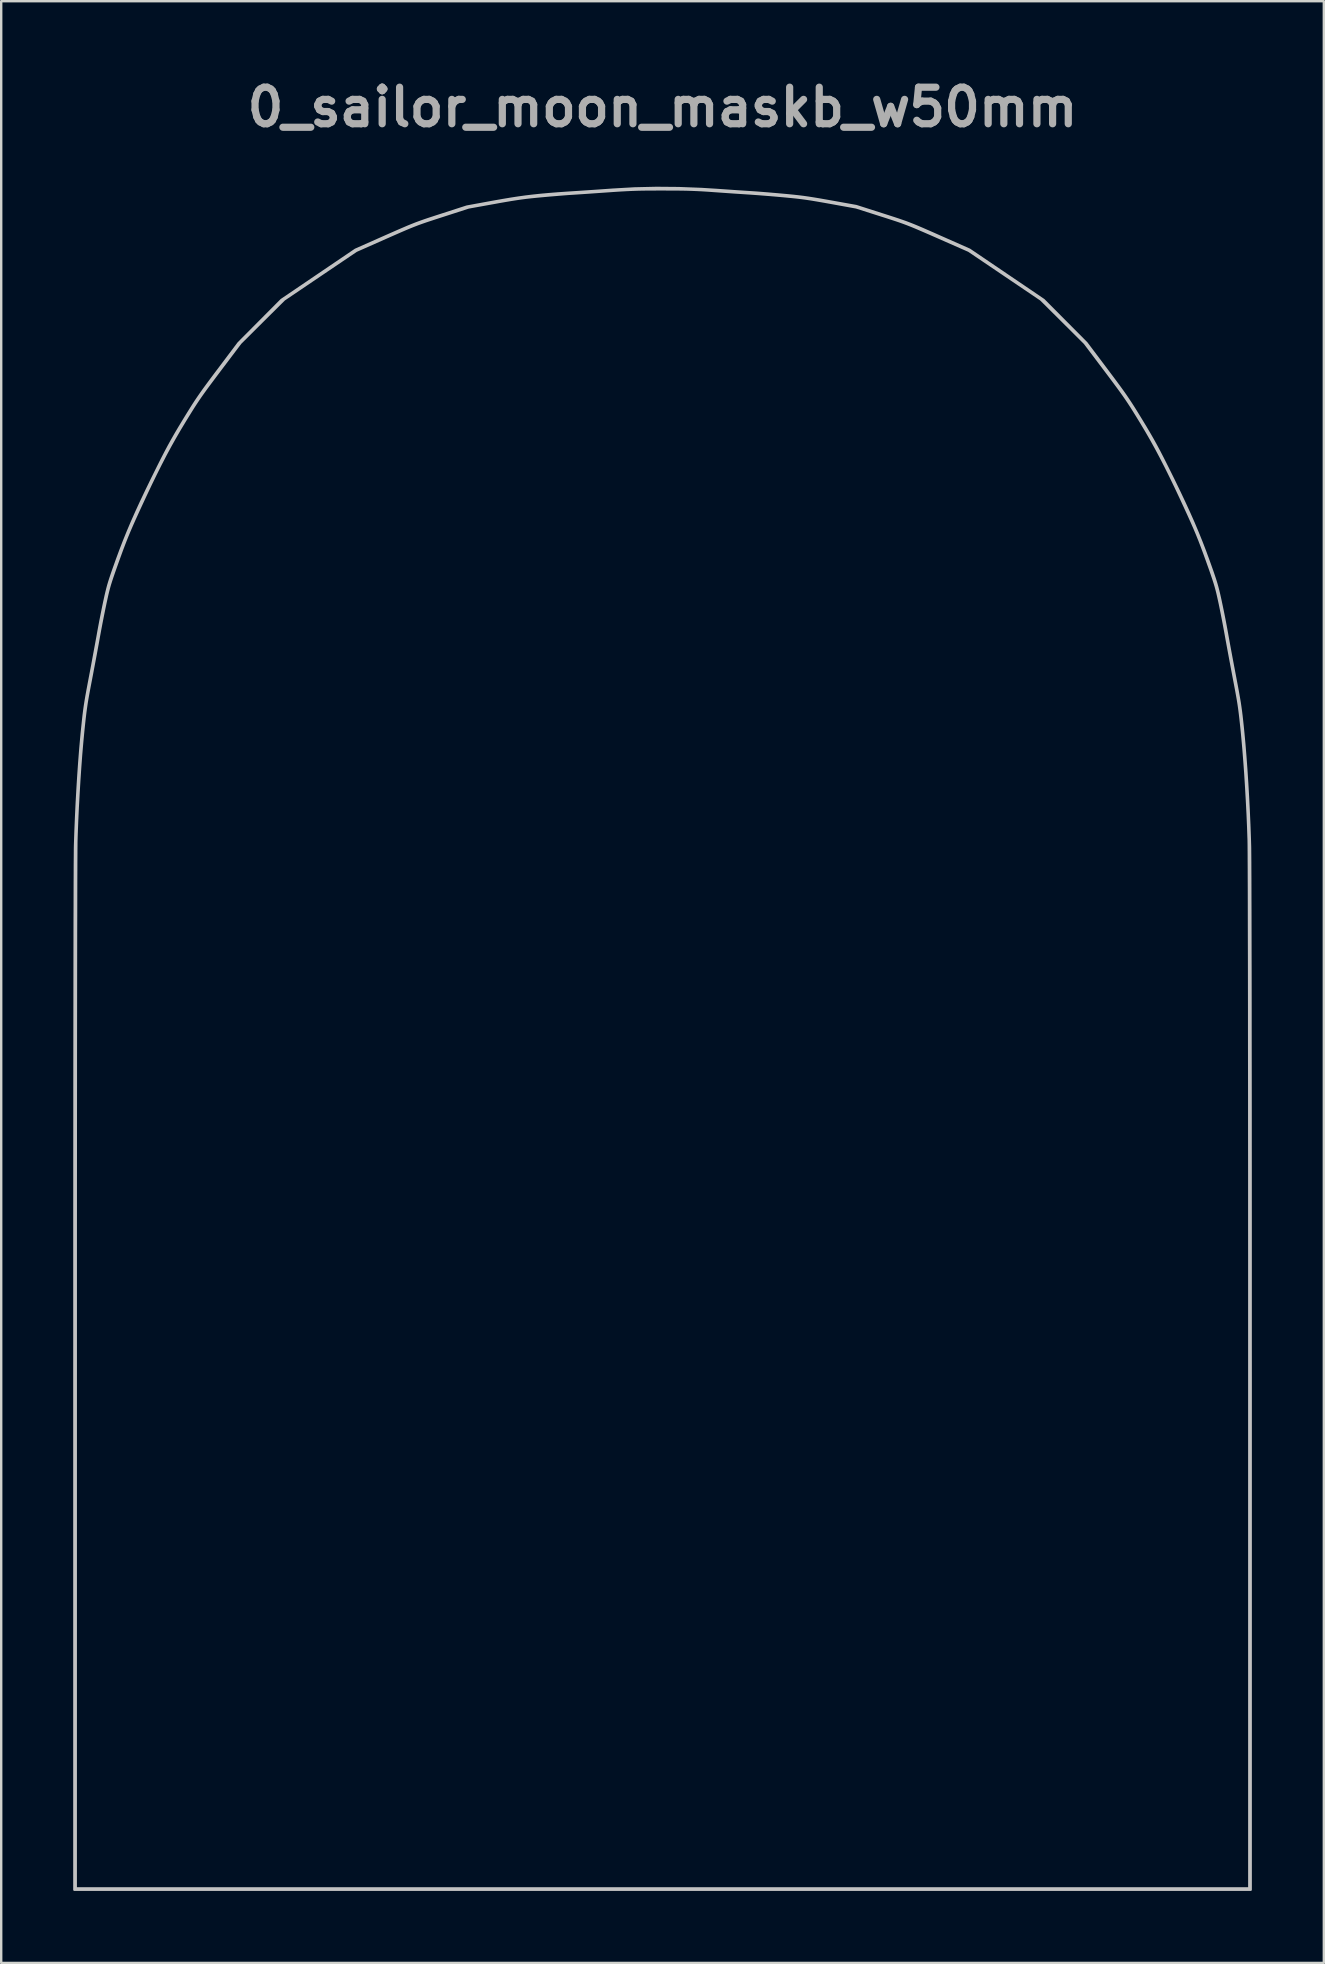
<source format=kicad_pcb>
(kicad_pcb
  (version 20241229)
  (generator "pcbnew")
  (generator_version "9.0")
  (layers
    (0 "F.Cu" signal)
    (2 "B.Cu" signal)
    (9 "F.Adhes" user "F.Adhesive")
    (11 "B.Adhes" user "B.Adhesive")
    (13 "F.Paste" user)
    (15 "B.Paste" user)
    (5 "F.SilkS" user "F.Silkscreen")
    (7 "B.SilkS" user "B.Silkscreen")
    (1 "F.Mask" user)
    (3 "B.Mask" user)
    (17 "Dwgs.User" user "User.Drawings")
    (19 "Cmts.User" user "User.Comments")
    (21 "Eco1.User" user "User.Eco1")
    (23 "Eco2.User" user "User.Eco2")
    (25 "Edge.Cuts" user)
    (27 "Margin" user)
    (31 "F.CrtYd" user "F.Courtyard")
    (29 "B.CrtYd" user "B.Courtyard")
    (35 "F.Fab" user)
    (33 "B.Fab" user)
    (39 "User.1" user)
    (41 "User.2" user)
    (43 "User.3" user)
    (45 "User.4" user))
  (footprint "0_sailor_moon_maskb_w50mm"
    (layer "F.Cu")
    (at 24.561 40.218)
    (property "Reference" "0_sailor_moon_maskb_w50mm" (at 0 -38.8 0) (layer "F.Fab") (effects (font (size 1.524 1.524) (thickness 0.3))))
    (attr board_only exclude_from_pos_files exclude_from_bom)
    (fp_poly (pts (xy -0.019 -30.203) (xy 0.159 -30.198) (xy 0.33 -30.191) (xy 0.504 -30.182) (xy 0.693 -30.169) (xy 0.889 -30.154) (xy 1.576 -30.095) (xy 2.23 -30.029) (xy 2.848 -29.955) (xy 3.426 -29.874) (xy 3.958 -29.788) (xy 4.442 -29.696) (xy 4.706 -29.639) (xy 5.236 -29.508) (xy 5.803 -29.352) (xy 6.398 -29.174) (xy 7.009 -28.977) (xy 7.628 -28.764) (xy 8.245 -28.54) (xy 8.848 -28.307) (xy 9.429 -28.069) (xy 9.977 -27.83) (xy 10.296 -27.683) (xy 11.09 -27.285) (xy 11.881 -26.843) (xy 12.661 -26.364) (xy 13.426 -25.851) (xy 14.166 -25.311) (xy 14.875 -24.747) (xy 15.548 -24.164) (xy 16.175 -23.569) (xy 16.507 -23.229) (xy 16.884 -22.827) (xy 17.225 -22.455) (xy 17.534 -22.108) (xy 17.817 -21.778) (xy 18.079 -21.459) (xy 18.327 -21.145) (xy 18.564 -20.83) (xy 18.627 -20.745) (xy 19.043 -20.149) (xy 19.457 -19.506) (xy 19.864 -18.826) (xy 20.259 -18.119) (xy 20.637 -17.393) (xy 20.993 -16.658) (xy 21.323 -15.923) (xy 21.621 -15.197) (xy 21.848 -14.59) (xy 22.018 -14.084) (xy 22.181 -13.551) (xy 22.335 -12.999) (xy 22.478 -12.438) (xy 22.607 -11.876) (xy 22.722 -11.321) (xy 22.819 -10.784) (xy 22.897 -10.272) (xy 22.954 -9.796) (xy 22.98 -9.49) (xy 23.004 -9.056) (xy 23.02 -8.58) (xy 23.028 -8.077) (xy 23.028 -7.559) (xy 23.02 -7.039) (xy 23.005 -6.53) (xy 22.982 -6.046) (xy 22.952 -5.599) (xy 22.94 -5.461) (xy 22.89 -4.915) (xy 22.839 -4.417) (xy 22.787 -3.959) (xy 22.732 -3.533) (xy 22.672 -3.131) (xy 22.607 -2.746) (xy 22.535 -2.369) (xy 22.455 -1.993) (xy 22.365 -1.61) (xy 22.264 -1.211) (xy 22.15 -0.79) (xy 22.064 -0.486) (xy 21.966 -0.143) (xy 21.879 0.154) (xy 21.8 0.415) (xy 21.727 0.648) (xy 21.656 0.861) (xy 21.585 1.062) (xy 21.512 1.261) (xy 21.432 1.466) (xy 21.344 1.684) (xy 21.332 1.714) (xy 21.097 2.276) (xy 20.868 2.795) (xy 20.64 3.282) (xy 20.408 3.747) (xy 20.167 4.203) (xy 19.91 4.659) (xy 19.683 5.044) (xy 19.418 5.478) (xy 19.173 5.871) (xy 18.942 6.231) (xy 18.717 6.566) (xy 18.495 6.885) (xy 18.269 7.194) (xy 18.033 7.504) (xy 17.782 7.822) (xy 17.64 7.998) (xy 17.315 8.394) (xy 17.017 8.748) (xy 16.744 9.065) (xy 16.491 9.347) (xy 16.256 9.6) (xy 16.034 9.826) (xy 15.821 10.031) (xy 15.704 10.139) (xy 15.023 10.726) (xy 14.335 11.269) (xy 13.624 11.777) (xy 12.877 12.26) (xy 12.783 12.317) (xy 12.304 12.608) (xy 11.863 12.869) (xy 11.454 13.105) (xy 11.071 13.318) (xy 10.707 13.512) (xy 10.356 13.69) (xy 10.012 13.855) (xy 9.667 14.011) (xy 9.315 14.16) (xy 8.95 14.307) (xy 8.565 14.453) (xy 8.17 14.597) (xy 7.435 14.853) (xy 6.738 15.083) (xy 6.071 15.287) (xy 5.426 15.469) (xy 4.793 15.631) (xy 4.165 15.775) (xy 3.533 15.903) (xy 3.031 15.993) (xy 2.873 16.025) (xy 2.754 16.062) (xy 2.666 16.116) (xy 2.598 16.193) (xy 2.541 16.305) (xy 2.484 16.458) (xy 2.466 16.512) (xy 2.306 17.063) (xy 2.188 17.606) (xy 2.112 18.13) (xy 2.093 18.355) (xy 2.089 18.576) (xy 2.101 18.832) (xy 2.126 19.109) (xy 2.164 19.39) (xy 2.212 19.659) (xy 2.268 19.899) (xy 2.278 19.937) (xy 2.303 20.022) (xy 2.326 20.098) (xy 2.351 20.172) (xy 2.38 20.25) (xy 2.415 20.335) (xy 2.459 20.433) (xy 2.514 20.551) (xy 2.582 20.691) (xy 2.666 20.861) (xy 2.768 21.066) (xy 2.89 21.309) (xy 3.026 21.579) (xy 3.086 21.751) (xy 3.111 21.945) (xy 3.098 22.14) (xy 3.059 22.288) (xy 3.019 22.377) (xy 2.968 22.448) (xy 2.893 22.518) (xy 2.827 22.569) (xy 2.73 22.636) (xy 2.635 22.693) (xy 2.563 22.727) (xy 2.559 22.728) (xy 2.477 22.745) (xy 2.36 22.754) (xy 2.229 22.756) (xy 2.104 22.751) (xy 2.006 22.738) (xy 1.998 22.736) (xy 1.946 22.711) (xy 1.865 22.659) (xy 1.767 22.588) (xy 1.703 22.538) (xy 1.552 22.397) (xy 1.379 22.207) (xy 1.188 21.967) (xy 0.979 21.68) (xy 0.752 21.346) (xy 0.575 21.073) (xy 0.461 20.891) (xy 0.369 20.737) (xy 0.292 20.598) (xy 0.222 20.458) (xy 0.152 20.305) (xy 0.075 20.122) (xy 0.021 19.99) (xy -0.059 19.79) (xy -0.121 19.629) (xy -0.17 19.491) (xy -0.209 19.365) (xy -0.242 19.235) (xy -0.274 19.09) (xy -0.31 18.916) (xy -0.313 18.897) (xy -0.349 18.701) (xy -0.383 18.491) (xy -0.412 18.286) (xy -0.435 18.105) (xy -0.444 18.012) (xy -0.475 17.64) (xy -0.775 17.269) (xy -1.089 17.168) (xy -1.225 17.124) (xy -1.353 17.083) (xy -1.457 17.05) (xy -1.515 17.033) (xy -1.587 17.005) (xy -1.692 16.958) (xy -1.811 16.899) (xy -1.881 16.863) (xy -1.955 16.826) (xy -2.043 16.786) (xy -2.151 16.743) (xy -2.282 16.694) (xy -2.443 16.638) (xy -2.638 16.572) (xy -2.872 16.496) (xy -3.15 16.406) (xy -3.409 16.324) (xy -3.723 16.226) (xy -4.07 16.118) (xy -4.436 16.006) (xy -4.808 15.892) (xy -5.17 15.783) (xy -5.511 15.681) (xy -5.815 15.591) (xy -5.865 15.577) (xy -6.261 15.459) (xy -6.634 15.343) (xy -6.991 15.226) (xy -7.341 15.106) (xy -7.691 14.978) (xy -8.05 14.841) (xy -8.426 14.69) (xy -8.826 14.524) (xy -9.26 14.338) (xy -9.733 14.131) (xy -9.779 14.11) (xy -10.601 13.731) (xy -11.379 13.338) (xy -12.111 12.933) (xy -12.795 12.517) (xy -13.428 12.092) (xy -13.949 11.706) (xy -14.132 11.567) (xy -14.277 11.463) (xy -14.384 11.395) (xy -14.456 11.361) (xy -14.473 11.356) (xy -14.601 11.362) (xy -14.747 11.417) (xy -14.905 11.518) (xy -14.942 11.547) (xy -15.029 11.612) (xy -15.147 11.693) (xy -15.275 11.776) (xy -15.345 11.819) (xy -15.452 11.882) (xy -15.549 11.931) (xy -15.65 11.974) (xy -15.769 12.015) (xy -15.917 12.059) (xy -16.065 12.1) (xy -16.307 12.159) (xy -16.588 12.216) (xy -16.897 12.269) (xy -17.219 12.317) (xy -17.542 12.359) (xy -17.853 12.391) (xy -18.138 12.413) (xy -18.385 12.422) (xy -18.424 12.422) (xy -18.784 12.409) (xy -19.098 12.37) (xy -19.364 12.305) (xy -19.581 12.213) (xy -19.751 12.096) (xy -19.843 11.995) (xy -19.887 11.93) (xy -19.912 11.869) (xy -19.923 11.793) (xy -19.925 11.683) (xy -19.925 11.678) (xy -19.924 11.575) (xy -19.915 11.501) (xy -19.892 11.436) (xy -19.849 11.362) (xy -19.793 11.279) (xy -19.736 11.2) (xy -19.674 11.128) (xy -19.598 11.054) (xy -19.5 10.97) (xy -19.37 10.869) (xy -19.258 10.784) (xy -19.09 10.66) (xy -18.895 10.518) (xy -18.693 10.374) (xy -18.504 10.24) (xy -18.425 10.185) (xy -18.149 9.994) (xy -17.916 9.832) (xy -17.722 9.696) (xy -17.565 9.583) (xy -17.44 9.491) (xy -17.346 9.417) (xy -17.279 9.359) (xy -17.235 9.314) (xy -17.211 9.279) (xy -17.205 9.252) (xy -17.213 9.23) (xy -17.231 9.21) (xy -17.237 9.206) (xy -17.275 9.193) (xy -17.359 9.177) (xy -17.477 9.159) (xy -17.619 9.141) (xy -17.702 9.131) (xy -17.998 9.096) (xy -18.243 9.059) (xy -18.442 9.018) (xy -18.601 8.972) (xy -18.725 8.916) (xy -18.818 8.85) (xy -18.886 8.771) (xy -18.934 8.676) (xy -18.966 8.563) (xy -18.969 8.547) (xy -19 8.396) (xy -18.872 8.273) (xy -18.787 8.202) (xy -18.666 8.116) (xy -18.524 8.023) (xy -18.374 7.934) (xy -18.233 7.856) (xy -18.113 7.8) (xy -18.111 7.799) (xy -18.045 7.768) (xy -18.022 7.742) (xy -18.032 7.705) (xy -18.039 7.692) (xy -18.084 7.622) (xy -18.162 7.52) (xy -18.263 7.395) (xy -18.381 7.256) (xy -18.509 7.111) (xy -18.639 6.967) (xy -18.764 6.834) (xy -18.877 6.719) (xy -18.931 6.668) (xy -19.235 6.401) (xy -19.532 6.174) (xy -19.837 5.977) (xy -20.153 5.806) (xy -20.434 5.658) (xy -20.678 5.513) (xy -20.899 5.359) (xy -21.113 5.187) (xy -21.252 5.064) (xy -21.356 4.965) (xy -21.453 4.863) (xy -21.55 4.748) (xy -21.656 4.611) (xy -21.779 4.442) (xy -21.851 4.339) (xy -21.981 4.151) (xy -22.084 3.994) (xy -22.17 3.852) (xy -22.246 3.713) (xy -22.32 3.564) (xy -22.394 3.401) (xy -22.557 3.014) (xy -22.717 2.592) (xy -22.867 2.154) (xy -23.002 1.718) (xy -23.115 1.304) (xy -23.147 1.174) (xy -23.243 0.717) (xy -23.31 0.277) (xy -23.352 -0.167) (xy -23.37 -0.636) (xy -23.371 -0.802) (xy -23.368 -1.015) (xy -23.356 -1.228) (xy -23.335 -1.45) (xy -23.303 -1.689) (xy -23.26 -1.953) (xy -23.204 -2.251) (xy -23.135 -2.591) (xy -23.106 -2.723) (xy -23.063 -2.935) (xy -23.03 -3.124) (xy -23.007 -3.302) (xy -22.994 -3.478) (xy -22.99 -3.666) (xy -22.994 -3.875) (xy -23.006 -4.118) (xy -23.024 -4.39) (xy -23.037 -4.613) (xy -23.047 -4.881) (xy -23.055 -5.188) (xy -23.061 -5.525) (xy -23.064 -5.885) (xy -23.065 -6.262) (xy -23.064 -6.649) (xy -23.061 -7.037) (xy -23.056 -7.419) (xy -23.048 -7.789) (xy -23.039 -8.139) (xy -23.028 -8.462) (xy -23.015 -8.751) (xy -23 -8.998) (xy -22.984 -9.185) (xy -22.932 -9.68) (xy -22.873 -10.164) (xy -22.806 -10.647) (xy -22.73 -11.143) (xy -22.641 -11.664) (xy -22.539 -12.221) (xy -22.498 -12.436) (xy -22.443 -12.698) (xy -22.367 -13.01) (xy -22.272 -13.374) (xy -22.158 -13.79) (xy -22.023 -14.257) (xy -22.011 -14.298) (xy -21.878 -14.717) (xy -21.716 -15.169) (xy -21.532 -15.642) (xy -21.331 -16.123) (xy -21.117 -16.601) (xy -20.895 -17.063) (xy -20.672 -17.498) (xy -20.482 -17.841) (xy -20.424 -17.939) (xy -20.338 -18.078) (xy -20.228 -18.251) (xy -20.099 -18.454) (xy -19.953 -18.68) (xy -19.794 -18.925) (xy -19.626 -19.181) (xy -19.452 -19.444) (xy -19.32 -19.644) (xy -19.123 -19.94) (xy -18.952 -20.197) (xy -18.801 -20.421) (xy -18.667 -20.618) (xy -18.544 -20.794) (xy -18.429 -20.957) (xy -18.315 -21.113) (xy -18.198 -21.269) (xy -18.075 -21.431) (xy -17.938 -21.605) (xy -17.785 -21.798) (xy -17.61 -22.017) (xy -17.497 -22.159) (xy -17.279 -22.431) (xy -17.09 -22.665) (xy -16.923 -22.868) (xy -16.774 -23.046) (xy -16.637 -23.206) (xy -16.507 -23.354) (xy -16.378 -23.496) (xy -16.244 -23.639) (xy -16.1 -23.789) (xy -15.98 -23.912) (xy -15.78 -24.115) (xy -15.598 -24.295) (xy -15.424 -24.461) (xy -15.247 -24.623) (xy -15.058 -24.789) (xy -14.847 -24.969) (xy -14.604 -25.173) (xy -14.563 -25.207) (xy -14.354 -25.379) (xy -14.181 -25.521) (xy -14.035 -25.638) (xy -13.91 -25.736) (xy -13.796 -25.821) (xy -13.687 -25.896) (xy -13.576 -25.969) (xy -13.453 -26.045) (xy -13.313 -26.128) (xy -13.148 -26.225) (xy -13.131 -26.234) (xy -12.801 -26.423) (xy -12.443 -26.623) (xy -12.061 -26.832) (xy -11.661 -27.047) (xy -11.25 -27.264) (xy -10.835 -27.481) (xy -10.42 -27.694) (xy -10.012 -27.9) (xy -9.618 -28.096) (xy -9.243 -28.28) (xy -8.893 -28.447) (xy -8.575 -28.594) (xy -8.294 -28.72) (xy -8.115 -28.796) (xy -7.568 -29.012) (xy -7.023 -29.207) (xy -6.473 -29.382) (xy -5.911 -29.54) (xy -5.329 -29.681) (xy -4.72 -29.807) (xy -4.077 -29.921) (xy -3.393 -30.024) (xy -2.696 -30.113) (xy -2.529 -30.132) (xy -2.376 -30.148) (xy -2.226 -30.161) (xy -2.071 -30.171) (xy -1.903 -30.179) (xy -1.711 -30.186) (xy -1.489 -30.191) (xy -1.227 -30.196) (xy -0.987 -30.199) (xy -0.686 -30.203) (xy -0.431 -30.205) (xy -0.212 -30.205)) (stroke (width 0) (type solid)) (fill yes) (layer "B.Mask"))
    (fp_poly (pts (xy 0.673 -35.428) (xy 1.627 -35.391) (xy 2.266 -35.351) (xy 2.527 -35.333) (xy 2.783 -35.315) (xy 3.026 -35.298) (xy 3.248 -35.283) (xy 3.441 -35.27) (xy 3.597 -35.26) (xy 3.707 -35.253) (xy 3.724 -35.252) (xy 3.831 -35.245) (xy 3.984 -35.234) (xy 4.174 -35.219) (xy 4.389 -35.202) (xy 4.621 -35.182) (xy 4.861 -35.161) (xy 4.974 -35.151) (xy 5.237 -35.127) (xy 5.467 -35.104) (xy 5.677 -35.081) (xy 5.877 -35.056) (xy 6.08 -35.027) (xy 6.296 -34.993) (xy 6.538 -34.953) (xy 6.816 -34.904) (xy 6.989 -34.873) (xy 8.073 -34.679) (xy 9.171 -34.328) (xy 9.422 -34.248) (xy 9.638 -34.178) (xy 9.826 -34.116) (xy 9.994 -34.058) (xy 10.151 -34.003) (xy 10.303 -33.945) (xy 10.46 -33.883) (xy 10.629 -33.813) (xy 10.818 -33.733) (xy 11.035 -33.638) (xy 11.288 -33.527) (xy 11.533 -33.418) (xy 12.797 -32.859) (xy 14.34 -31.813) (xy 15.882 -30.767) (xy 16.775 -29.869) (xy 17.668 -28.971) (xy 18.516 -27.844) (xy 18.717 -27.576) (xy 18.89 -27.344) (xy 19.039 -27.142) (xy 19.17 -26.961) (xy 19.288 -26.794) (xy 19.397 -26.633) (xy 19.504 -26.472) (xy 19.613 -26.303) (xy 19.729 -26.117) (xy 19.857 -25.909) (xy 19.939 -25.775) (xy 20.121 -25.475) (xy 20.281 -25.205) (xy 20.426 -24.952) (xy 20.564 -24.703) (xy 20.702 -24.445) (xy 20.847 -24.164) (xy 21.007 -23.847) (xy 21.022 -23.817) (xy 21.289 -23.279) (xy 21.53 -22.782) (xy 21.748 -22.321) (xy 21.947 -21.888) (xy 22.129 -21.477) (xy 22.296 -21.081) (xy 22.452 -20.695) (xy 22.6 -20.312) (xy 22.734 -19.948) (xy 22.83 -19.68) (xy 22.91 -19.454) (xy 22.975 -19.263) (xy 23.03 -19.097) (xy 23.076 -18.948) (xy 23.116 -18.806) (xy 23.153 -18.663) (xy 23.19 -18.509) (xy 23.229 -18.336) (xy 23.246 -18.258) (xy 23.296 -18.022) (xy 23.352 -17.751) (xy 23.409 -17.465) (xy 23.463 -17.183) (xy 23.51 -16.925) (xy 23.523 -16.855) (xy 23.558 -16.659) (xy 23.601 -16.42) (xy 23.651 -16.15) (xy 23.705 -15.86) (xy 23.761 -15.56) (xy 23.817 -15.264) (xy 23.871 -14.981) (xy 23.871 -14.979) (xy 23.928 -14.681) (xy 23.975 -14.426) (xy 24.014 -14.205) (xy 24.048 -14.005) (xy 24.076 -13.817) (xy 24.102 -13.629) (xy 24.127 -13.43) (xy 24.151 -13.21) (xy 24.178 -12.958) (xy 24.202 -12.714) (xy 24.245 -12.256) (xy 24.286 -11.753) (xy 24.326 -11.214) (xy 24.363 -10.648) (xy 24.397 -10.066) (xy 24.427 -9.477) (xy 24.453 -8.892) (xy 24.474 -8.32) (xy 24.483 -8.017) (xy 24.485 -7.927) (xy 24.486 -7.782) (xy 24.488 -7.583) (xy 24.49 -7.331) (xy 24.491 -7.026) (xy 24.493 -6.669) (xy 24.494 -6.261) (xy 24.495 -5.802) (xy 24.497 -5.294) (xy 24.498 -4.737) (xy 24.499 -4.132) (xy 24.5 -3.479) (xy 24.502 -2.78) (xy 24.503 -2.035) (xy 24.504 -1.244) (xy 24.504 -0.409) (xy 24.505 0.47) (xy 24.506 1.392) (xy 24.507 2.356) (xy 24.508 3.362) (xy 24.508 4.408) (xy 24.509 5.495) (xy 24.509 6.621) (xy 24.51 7.785) (xy 24.51 8.988) (xy 24.51 10.227) (xy 24.51 11.503) (xy 24.51 12.814) (xy 24.511 14.16) (xy 24.511 14.221) (xy 24.511 35.488) (xy -24.511 35.488) (xy -24.511 35.432) (xy -24.455 35.432) (xy 24.455 35.432) (xy 24.454 14.027) (xy 24.454 12.726) (xy 24.454 11.456) (xy 24.454 10.216) (xy 24.454 9.009) (xy 24.453 7.834) (xy 24.453 6.693) (xy 24.453 5.586) (xy 24.452 4.515) (xy 24.451 3.481) (xy 24.451 2.483) (xy 24.45 1.524) (xy 24.449 0.604) (xy 24.448 -0.277) (xy 24.448 -1.116) (xy 24.447 -1.914) (xy 24.446 -2.67) (xy 24.445 -3.382) (xy 24.443 -4.049) (xy 24.442 -4.672) (xy 24.441 -5.248) (xy 24.44 -5.777) (xy 24.439 -6.259) (xy 24.437 -6.691) (xy 24.436 -7.074) (xy 24.434 -7.407) (xy 24.433 -7.688) (xy 24.431 -7.917) (xy 24.43 -8.092) (xy 24.428 -8.214) (xy 24.427 -8.268) (xy 24.409 -8.79) (xy 24.386 -9.337) (xy 24.357 -9.897) (xy 24.325 -10.461) (xy 24.29 -11.017) (xy 24.251 -11.554) (xy 24.211 -12.063) (xy 24.169 -12.533) (xy 24.148 -12.756) (xy 24.117 -13.053) (xy 24.09 -13.307) (xy 24.064 -13.529) (xy 24.038 -13.732) (xy 24.01 -13.926) (xy 23.978 -14.124) (xy 23.94 -14.338) (xy 23.896 -14.58) (xy 23.842 -14.86) (xy 23.83 -14.923) (xy 23.777 -15.203) (xy 23.72 -15.504) (xy 23.662 -15.812) (xy 23.606 -16.114) (xy 23.554 -16.396) (xy 23.508 -16.646) (xy 23.483 -16.785) (xy 23.438 -17.033) (xy 23.387 -17.305) (xy 23.333 -17.582) (xy 23.28 -17.849) (xy 23.231 -18.089) (xy 23.202 -18.223) (xy 23.164 -18.395) (xy 23.129 -18.548) (xy 23.094 -18.689) (xy 23.056 -18.827) (xy 23.013 -18.971) (xy 22.962 -19.129) (xy 22.901 -19.31) (xy 22.828 -19.522) (xy 22.738 -19.774) (xy 22.692 -19.904) (xy 22.577 -20.222) (xy 22.473 -20.501) (xy 22.375 -20.756) (xy 22.277 -20.999) (xy 22.174 -21.244) (xy 22.059 -21.506) (xy 21.928 -21.797) (xy 21.86 -21.946) (xy 21.613 -22.481) (xy 21.383 -22.97) (xy 21.165 -23.42) (xy 20.958 -23.837) (xy 20.757 -24.227) (xy 20.56 -24.597) (xy 20.363 -24.952) (xy 20.163 -25.299) (xy 19.956 -25.645) (xy 19.91 -25.721) (xy 19.774 -25.943) (xy 19.653 -26.138) (xy 19.543 -26.313) (xy 19.437 -26.475) (xy 19.332 -26.632) (xy 19.223 -26.79) (xy 19.103 -26.958) (xy 18.969 -27.142) (xy 18.815 -27.35) (xy 18.637 -27.588) (xy 18.464 -27.818) (xy 17.594 -28.971) (xy 16.683 -29.878) (xy 15.771 -30.784) (xy 12.763 -32.818) (xy 11.474 -33.385) (xy 11.18 -33.514) (xy 10.929 -33.623) (xy 10.713 -33.716) (xy 10.525 -33.796) (xy 10.356 -33.865) (xy 10.199 -33.927) (xy 10.047 -33.984) (xy 9.89 -34.04) (xy 9.721 -34.097) (xy 9.534 -34.158) (xy 9.319 -34.228) (xy 9.129 -34.288) (xy 8.073 -34.625) (xy 6.991 -34.821) (xy 6.688 -34.875) (xy 6.428 -34.92) (xy 6.2 -34.958) (xy 5.993 -34.989) (xy 5.795 -35.016) (xy 5.594 -35.04) (xy 5.381 -35.062) (xy 5.143 -35.085) (xy 5.004 -35.098) (xy 4.755 -35.12) (xy 4.499 -35.142) (xy 4.245 -35.162) (xy 4.008 -35.181) (xy 3.799 -35.196) (xy 3.63 -35.208) (xy 3.599 -35.21) (xy 3.443 -35.22) (xy 3.244 -35.233) (xy 3.013 -35.248) (xy 2.761 -35.266) (xy 2.502 -35.284) (xy 2.246 -35.302) (xy 2.16 -35.308) (xy 1.898 -35.327) (xy 1.662 -35.342) (xy 1.44 -35.353) (xy 1.222 -35.362) (xy 0.997 -35.369) (xy 0.754 -35.373) (xy 0.483 -35.375) (xy 0.171 -35.376) (xy 0.004 -35.377) (xy -0.319 -35.376) (xy -0.599 -35.375) (xy -0.845 -35.372) (xy -1.072 -35.367) (xy -1.288 -35.359) (xy -1.508 -35.349) (xy -1.741 -35.336) (xy -1.999 -35.32) (xy -2.295 -35.299) (xy -2.35 -35.295) (xy -2.611 -35.277) (xy -2.867 -35.259) (xy -3.11 -35.242) (xy -3.332 -35.227) (xy -3.525 -35.214) (xy -3.681 -35.204) (xy -3.791 -35.197) (xy -3.807 -35.196) (xy -3.917 -35.189) (xy -4.072 -35.177) (xy -4.262 -35.162) (xy -4.477 -35.144) (xy -4.707 -35.125) (xy -4.941 -35.104) (xy -5.007 -35.098) (xy -5.256 -35.075) (xy -5.478 -35.052) (xy -5.684 -35.029) (xy -5.884 -35.003) (xy -6.089 -34.973) (xy -6.312 -34.938) (xy -6.562 -34.896) (xy -6.851 -34.845) (xy -6.987 -34.82) (xy -8.087 -34.622) (xy -9.192 -34.265) (xy -9.449 -34.182) (xy -9.671 -34.109) (xy -9.864 -34.045) (xy -10.037 -33.985) (xy -10.198 -33.927) (xy -10.356 -33.866) (xy -10.519 -33.801) (xy -10.696 -33.727) (xy -10.894 -33.642) (xy -11.122 -33.542) (xy -11.389 -33.425) (xy -11.531 -33.362) (xy -12.766 -32.815) (xy -14.268 -31.8) (xy -15.771 -30.784) (xy -16.683 -29.878) (xy -17.594 -28.971) (xy -18.464 -27.818) (xy -18.667 -27.548) (xy -18.841 -27.315) (xy -18.992 -27.112) (xy -19.123 -26.931) (xy -19.241 -26.765) (xy -19.349 -26.607) (xy -19.454 -26.45) (xy -19.56 -26.286) (xy -19.671 -26.108) (xy -19.794 -25.91) (xy -19.91 -25.721) (xy -20.118 -25.375) (xy -20.319 -25.029) (xy -20.517 -24.676) (xy -20.714 -24.31) (xy -20.913 -23.925) (xy -21.119 -23.514) (xy -21.334 -23.072) (xy -21.561 -22.592) (xy -21.804 -22.068) (xy -21.86 -21.946) (xy -22.001 -21.636) (xy -22.122 -21.363) (xy -22.23 -21.112) (xy -22.33 -20.869) (xy -22.427 -20.622) (xy -22.528 -20.356) (xy -22.637 -20.057) (xy -22.692 -19.904) (xy -22.788 -19.635) (xy -22.867 -19.411) (xy -22.932 -19.221) (xy -22.986 -19.057) (xy -23.032 -18.911) (xy -23.071 -18.774) (xy -23.107 -18.636) (xy -23.142 -18.491) (xy -23.178 -18.328) (xy -23.216 -18.153) (xy -23.268 -17.905) (xy -23.325 -17.623) (xy -23.383 -17.328) (xy -23.438 -17.039) (xy -23.486 -16.778) (xy -23.497 -16.716) (xy -23.533 -16.513) (xy -23.578 -16.268) (xy -23.628 -15.993) (xy -23.683 -15.701) (xy -23.739 -15.405) (xy -23.793 -15.116) (xy -23.83 -14.923) (xy -23.886 -14.633) (xy -23.932 -14.384) (xy -23.971 -14.166) (xy -24.004 -13.965) (xy -24.032 -13.77) (xy -24.059 -13.57) (xy -24.085 -13.352) (xy -24.112 -13.105) (xy -24.142 -12.817) (xy -24.148 -12.756) (xy -24.19 -12.308) (xy -24.232 -11.816) (xy -24.271 -11.289) (xy -24.308 -10.738) (xy -24.342 -10.173) (xy -24.373 -9.606) (xy -24.399 -9.046) (xy -24.42 -8.504) (xy -24.427 -8.268) (xy -24.429 -8.185) (xy -24.43 -8.048) (xy -24.432 -7.857) (xy -24.433 -7.614) (xy -24.435 -7.318) (xy -24.436 -6.971) (xy -24.438 -6.574) (xy -24.439 -6.127) (xy -24.44 -5.632) (xy -24.441 -5.089) (xy -24.443 -4.5) (xy -24.444 -3.865) (xy -24.445 -3.185) (xy -24.446 -2.46) (xy -24.447 -1.693) (xy -24.448 -0.883) (xy -24.449 -0.032) (xy -24.45 0.86) (xy -24.45 1.791) (xy -24.451 2.761) (xy -24.452 3.769) (xy -24.452 4.815) (xy -24.453 5.896) (xy -24.453 7.012) (xy -24.454 8.163) (xy -24.454 9.347) (xy -24.454 10.564) (xy -24.454 11.812) (xy -24.454 13.091) (xy -24.454 14.027) (xy -24.455 35.432) (xy -24.511 35.432) (xy -24.511 14.208) (xy -24.51 12.822) (xy -24.51 11.474) (xy -24.51 10.166) (xy -24.51 8.898) (xy -24.51 7.67) (xy -24.509 6.484) (xy -24.509 5.339) (xy -24.508 4.236) (xy -24.507 3.176) (xy -24.507 2.16) (xy -24.506 1.188) (xy -24.505 0.26) (xy -24.504 -0.622) (xy -24.503 -1.458) (xy -24.502 -2.247) (xy -24.501 -2.99) (xy -24.5 -3.684) (xy -24.499 -4.33) (xy -24.498 -4.927) (xy -24.496 -5.474) (xy -24.495 -5.971) (xy -24.494 -6.417) (xy -24.492 -6.812) (xy -24.491 -7.155) (xy -24.489 -7.444) (xy -24.487 -7.681) (xy -24.486 -7.863) (xy -24.484 -7.991) (xy -24.483 -8.045) (xy -24.464 -8.614) (xy -24.44 -9.2) (xy -24.412 -9.794) (xy -24.379 -10.386) (xy -24.343 -10.965) (xy -24.304 -11.522) (xy -24.263 -12.047) (xy -24.22 -12.531) (xy -24.203 -12.714) (xy -24.173 -13.002) (xy -24.147 -13.248) (xy -24.123 -13.464) (xy -24.098 -13.66) (xy -24.072 -13.848) (xy -24.042 -14.038) (xy -24.008 -14.241) (xy -23.967 -14.468) (xy -23.918 -14.729) (xy -23.871 -14.979) (xy -23.817 -15.261) (xy -23.761 -15.558) (xy -23.706 -15.857) (xy -23.652 -16.148) (xy -23.602 -16.418) (xy -23.558 -16.657) (xy -23.523 -16.853) (xy -23.523 -16.855) (xy -23.478 -17.101) (xy -23.426 -17.378) (xy -23.369 -17.665) (xy -23.313 -17.943) (xy -23.261 -18.191) (xy -23.246 -18.258) (xy -23.206 -18.441) (xy -23.168 -18.601) (xy -23.132 -18.747) (xy -23.094 -18.888) (xy -23.051 -19.032) (xy -23 -19.189) (xy -22.94 -19.368) (xy -22.867 -19.576) (xy -22.778 -19.825) (xy -22.734 -19.949) (xy -22.591 -20.336) (xy -22.442 -20.721) (xy -22.285 -21.108) (xy -22.116 -21.506) (xy -21.933 -21.919) (xy -21.733 -22.354) (xy -21.512 -22.819) (xy -21.269 -23.319) (xy -21.022 -23.817) (xy -20.861 -24.138) (xy -20.714 -24.422) (xy -20.576 -24.681) (xy -20.438 -24.93) (xy -20.294 -25.182) (xy -20.136 -25.45) (xy -19.956 -25.747) (xy -19.939 -25.775) (xy -19.801 -26) (xy -19.678 -26.198) (xy -19.566 -26.376) (xy -19.459 -26.541) (xy -19.351 -26.701) (xy -19.239 -26.863) (xy -19.117 -27.035) (xy -18.979 -27.224) (xy -18.82 -27.439) (xy -18.636 -27.685) (xy -18.516 -27.844) (xy -17.668 -28.971) (xy -16.775 -29.869) (xy -15.882 -30.767) (xy -14.34 -31.813) (xy -12.797 -32.859) (xy -11.547 -33.413) (xy -11.256 -33.541) (xy -11.008 -33.65) (xy -10.794 -33.742) (xy -10.607 -33.822) (xy -10.437 -33.891) (xy -10.278 -33.954) (xy -10.12 -34.012) (xy -9.955 -34.071) (xy -9.777 -34.132) (xy -9.575 -34.198) (xy -9.342 -34.274) (xy -9.226 -34.311) (xy -8.156 -34.657) (xy -7.031 -34.863) (xy -6.669 -34.927) (xy -6.335 -34.983) (xy -6.018 -35.032) (xy -5.709 -35.075) (xy -5.398 -35.112) (xy -5.076 -35.146) (xy -4.732 -35.177) (xy -4.358 -35.207) (xy -3.943 -35.236) (xy -3.694 -35.252) (xy -3.489 -35.265) (xy -3.242 -35.282) (xy -2.968 -35.3) (xy -2.681 -35.32) (xy -2.396 -35.34) (xy -2.126 -35.359) (xy -2.07 -35.363) (xy -1.164 -35.415) (xy -0.254 -35.436)) (stroke (width 0.1) (type solid)) (fill no) (layer "Dwgs.User")))
  (gr_rect
    (start -3 -3)
    (end 52.121 78.756)
    (stroke (width 0.1) (type default))
    (fill no)
    (layer "Edge.Cuts")))
</source>
